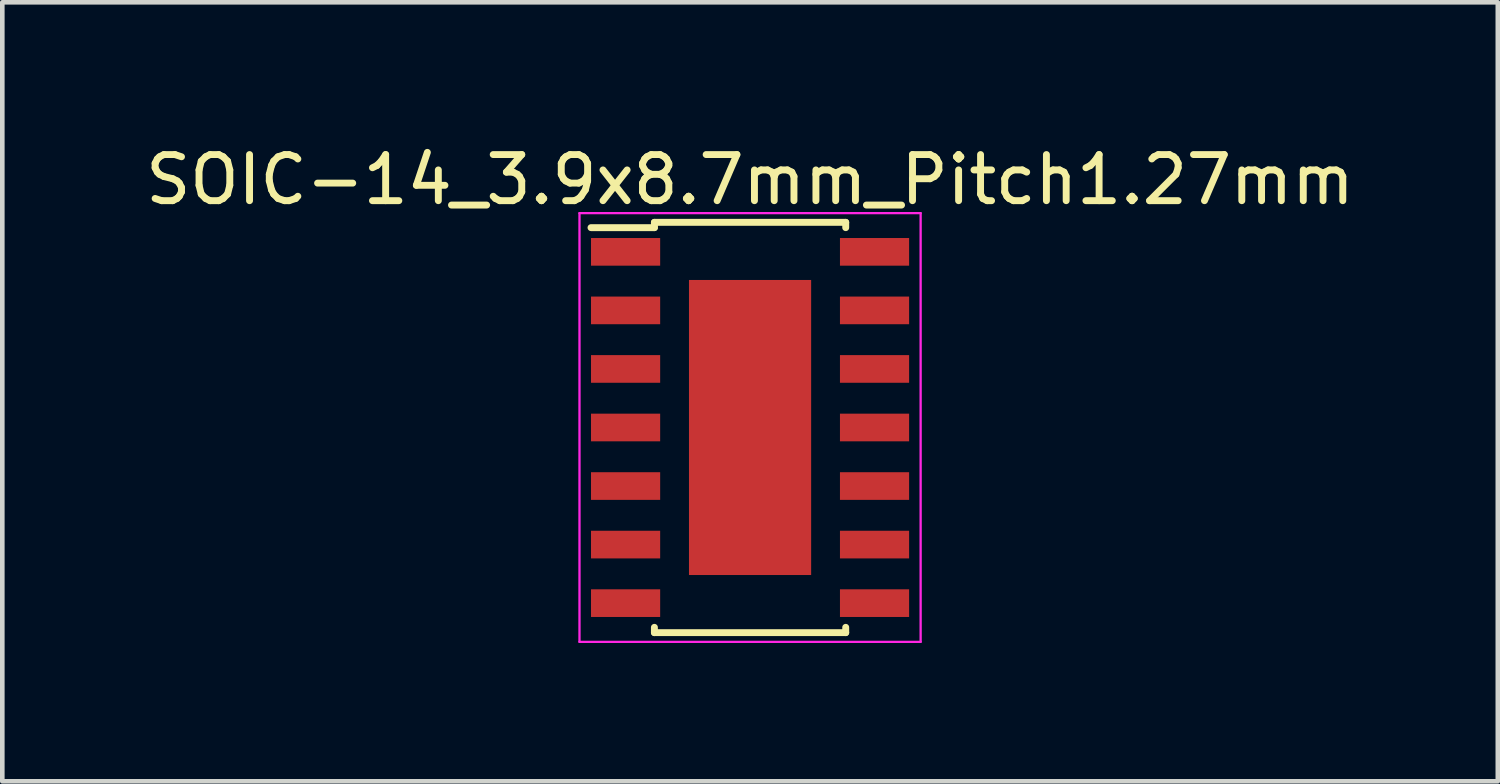
<source format=kicad_pcb>
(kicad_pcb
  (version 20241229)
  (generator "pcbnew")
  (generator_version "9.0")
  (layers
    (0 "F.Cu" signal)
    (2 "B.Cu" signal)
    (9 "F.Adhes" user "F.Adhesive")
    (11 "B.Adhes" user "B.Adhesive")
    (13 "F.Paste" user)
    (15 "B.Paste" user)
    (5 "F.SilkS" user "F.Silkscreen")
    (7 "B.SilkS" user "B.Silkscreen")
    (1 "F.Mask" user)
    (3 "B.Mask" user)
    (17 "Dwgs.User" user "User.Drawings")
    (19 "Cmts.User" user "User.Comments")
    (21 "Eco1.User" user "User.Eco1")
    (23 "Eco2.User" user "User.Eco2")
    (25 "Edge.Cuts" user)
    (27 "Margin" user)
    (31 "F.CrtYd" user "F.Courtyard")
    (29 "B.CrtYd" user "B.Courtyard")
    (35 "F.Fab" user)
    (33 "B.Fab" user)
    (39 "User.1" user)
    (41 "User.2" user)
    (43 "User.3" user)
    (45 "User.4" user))
  (footprint "SOIC-14_3.9x8.7mm_Pitch1.27mm"
    (layer "F.Cu")
    (at 13.22 6.223)
    (property "Reference" "SOIC-14_3.9x8.7mm_Pitch1.27mm" (at 0 -5.375 0) (layer "F.SilkS") (effects (font (size 1 1) (thickness 0.15))))
    (attr smd)
    (fp_line (start -2.075 -4.45) (end -2.075 -4.335) (stroke (width 0.15) (type solid)) (layer "F.SilkS"))
    (fp_line (start -2.075 -4.45) (end 2.075 -4.45) (stroke (width 0.15) (type solid)) (layer "F.SilkS"))
    (fp_line (start -2.075 -4.335) (end -3.45 -4.335) (stroke (width 0.15) (type solid)) (layer "F.SilkS"))
    (fp_line (start -2.075 4.45) (end -2.075 4.335) (stroke (width 0.15) (type solid)) (layer "F.SilkS"))
    (fp_line (start -2.075 4.45) (end 2.075 4.45) (stroke (width 0.15) (type solid)) (layer "F.SilkS"))
    (fp_line (start 2.075 -4.45) (end 2.075 -4.335) (stroke (width 0.15) (type solid)) (layer "F.SilkS"))
    (fp_line (start 2.075 4.45) (end 2.075 4.335) (stroke (width 0.15) (type solid)) (layer "F.SilkS"))
    (fp_line (start -3.7 -4.65) (end -3.7 4.65) (stroke (width 0.05) (type solid)) (layer "F.CrtYd"))
    (fp_line (start -3.7 -4.65) (end 3.7 -4.65) (stroke (width 0.05) (type solid)) (layer "F.CrtYd"))
    (fp_line (start -3.7 4.65) (end 3.7 4.65) (stroke (width 0.05) (type solid)) (layer "F.CrtYd"))
    (fp_line (start 3.7 -4.65) (end 3.7 4.65) (stroke (width 0.05) (type solid)) (layer "F.CrtYd"))
    (pad "1" smd rect (at -2.7 -3.81) (size 1.5 0.6) (layers "F.Cu" "F.Mask" "F.Paste"))
    (pad "2" smd rect (at -2.7 -2.54) (size 1.5 0.6) (layers "F.Cu" "F.Mask" "F.Paste"))
    (pad "3" smd rect (at -2.7 -1.27) (size 1.5 0.6) (layers "F.Cu" "F.Mask" "F.Paste"))
    (pad "4" smd rect (at -2.7 0) (size 1.5 0.6) (layers "F.Cu" "F.Mask" "F.Paste"))
    (pad "5" smd rect (at -2.7 1.27) (size 1.5 0.6) (layers "F.Cu" "F.Mask" "F.Paste"))
    (pad "6" smd rect (at -2.7 2.54) (size 1.5 0.6) (layers "F.Cu" "F.Mask" "F.Paste"))
    (pad "7" smd rect (at -2.7 3.81) (size 1.5 0.6) (layers "F.Cu" "F.Mask" "F.Paste"))
    (pad "8" smd rect (at 2.7 3.81) (size 1.5 0.6) (layers "F.Cu" "F.Mask" "F.Paste"))
    (pad "9" smd rect (at 2.7 2.54) (size 1.5 0.6) (layers "F.Cu" "F.Mask" "F.Paste"))
    (pad "10" smd rect (at 2.7 1.27) (size 1.5 0.6) (layers "F.Cu" "F.Mask" "F.Paste"))
    (pad "11" smd rect (at 2.7 0) (size 1.5 0.6) (layers "F.Cu" "F.Mask" "F.Paste"))
    (pad "12" smd rect (at 2.7 -1.27) (size 1.5 0.6) (layers "F.Cu" "F.Mask" "F.Paste"))
    (pad "13" smd rect (at 2.7 -2.54) (size 1.5 0.6) (layers "F.Cu" "F.Mask" "F.Paste"))
    (pad "14" smd rect (at 2.7 -3.81) (size 1.5 0.6) (layers "F.Cu" "F.Mask" "F.Paste"))
    (pad "15" smd rect (at 0 0) (size 2.65 6.4) (layers "F.Cu" "F.Mask" "F.Paste")))
  (gr_rect
    (start -3 -3)
    (end 29.44 13.898)
    (stroke (width 0.1) (type default))
    (fill no)
    (layer "Edge.Cuts")))
</source>
